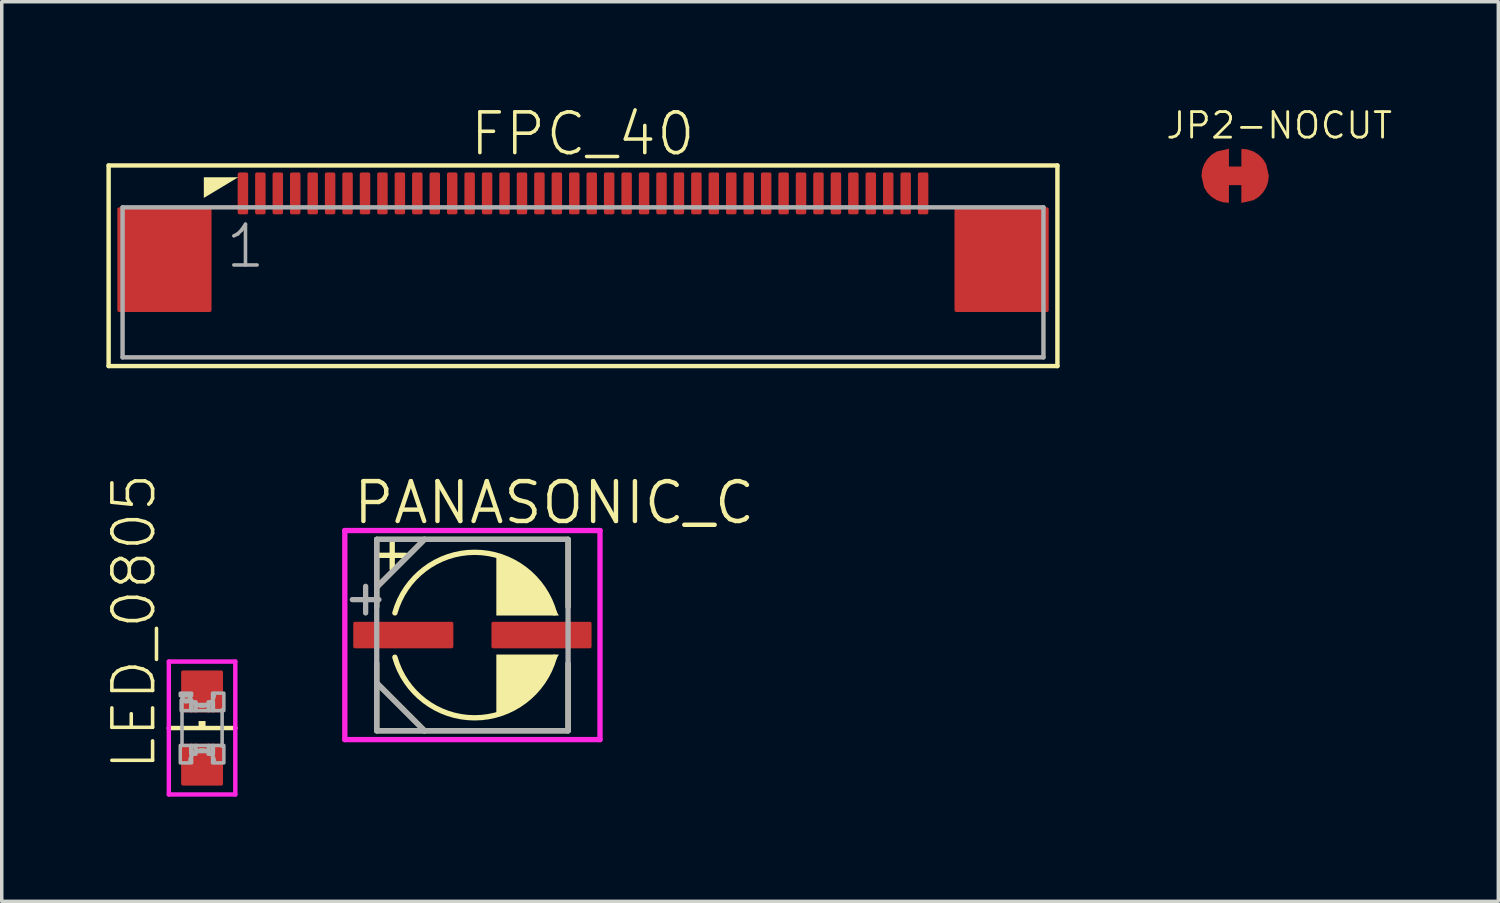
<source format=kicad_pcb>
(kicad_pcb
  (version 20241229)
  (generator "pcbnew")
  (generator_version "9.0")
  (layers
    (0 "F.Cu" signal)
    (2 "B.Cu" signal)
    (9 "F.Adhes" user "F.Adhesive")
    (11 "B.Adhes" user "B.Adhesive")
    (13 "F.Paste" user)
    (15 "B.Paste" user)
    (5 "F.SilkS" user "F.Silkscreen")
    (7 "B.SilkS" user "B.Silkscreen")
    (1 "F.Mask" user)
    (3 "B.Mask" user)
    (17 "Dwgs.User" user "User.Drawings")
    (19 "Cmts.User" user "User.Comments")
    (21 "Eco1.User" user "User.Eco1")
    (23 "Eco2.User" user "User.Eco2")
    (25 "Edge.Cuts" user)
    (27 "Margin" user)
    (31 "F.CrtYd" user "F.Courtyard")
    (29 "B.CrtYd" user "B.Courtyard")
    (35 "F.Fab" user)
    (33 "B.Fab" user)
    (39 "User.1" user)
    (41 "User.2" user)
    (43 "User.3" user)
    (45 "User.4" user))
  (footprint "LED_0805"
    (layer "F.Cu")
    (at 2.743 17.821)
    (property "Reference" "LED_0805" (at -1.27 1.27 90) (layer "F.SilkS") (effects (font (size 1.168 1.168) (thickness 0.102)) (justify left bottom)))
    (fp_line (start -0.953 0) (end 0.953 0) (stroke (width 0.127) (type solid)) (layer "F.SilkS"))
    (fp_poly (pts (xy -0.1 0) (xy 0.1 0) (xy 0.1 -0.2) (xy -0.1 -0.2)) (stroke (width 0) (type solid)) (fill yes) (layer "F.SilkS"))
    (fp_line (start -0.953 -1.905) (end 0.953 -1.905) (stroke (width 0.127) (type solid)) (layer "F.CrtYd"))
    (fp_line (start -0.953 0) (end -0.953 -1.905) (stroke (width 0.127) (type solid)) (layer "F.CrtYd"))
    (fp_line (start -0.953 1.905) (end -0.953 0) (stroke (width 0.127) (type solid)) (layer "F.CrtYd"))
    (fp_line (start 0.953 -1.905) (end 0.953 0) (stroke (width 0.127) (type solid)) (layer "F.CrtYd"))
    (fp_line (start 0.953 0) (end 0.953 1.905) (stroke (width 0.127) (type solid)) (layer "F.CrtYd"))
    (fp_line (start 0.953 1.905) (end -0.953 1.905) (stroke (width 0.127) (type solid)) (layer "F.CrtYd"))
    (fp_line (start -0.575 0.5) (end -0.575 -0.925) (stroke (width 0.102) (type solid)) (layer "F.Fab"))
    (fp_line (start 0.575 -0.525) (end 0.575 0.525) (stroke (width 0.102) (type solid)) (layer "F.Fab"))
    (fp_arc (start -0.35 0.925) (mid -0.000001 0.625027) (end 0.35 0.924998) (stroke (width 0.1016) (type solid)) (layer "F.Fab"))
    (fp_arc (start 0.35 -0.924998) (mid -0.000001 -0.625027) (end -0.35 -0.925) (stroke (width 0.1016) (type solid)) (layer "F.Fab"))
    (fp_circle (center -0.45 -0.85) (end -0.347 -0.85) (stroke (width 0.102) (type solid)) (fill no) (layer "F.Fab"))
    (fp_poly (pts (xy -0.625 -0.925) (xy -0.3 -0.925) (xy -0.3 -1) (xy -0.625 -1)) (stroke (width 0.1) (type solid)) (fill no) (layer "F.Fab"))
    (fp_poly (pts (xy -0.625 1) (xy -0.3 1) (xy -0.3 0.5) (xy -0.625 0.5)) (stroke (width 0.1) (type solid)) (fill no) (layer "F.Fab"))
    (fp_poly (pts (xy -0.6 -0.5) (xy -0.3 -0.5) (xy -0.3 -0.8) (xy -0.6 -0.8)) (stroke (width 0.1) (type solid)) (fill no) (layer "F.Fab"))
    (fp_poly (pts (xy -0.325 -0.5) (xy -0.175 -0.5) (xy -0.175 -0.75) (xy -0.325 -0.75)) (stroke (width 0.1) (type solid)) (fill no) (layer "F.Fab"))
    (fp_poly (pts (xy -0.325 0.75) (xy -0.175 0.75) (xy -0.175 0.5) (xy -0.325 0.5)) (stroke (width 0.1) (type solid)) (fill no) (layer "F.Fab"))
    (fp_poly (pts (xy -0.2 -0.5) (xy 0.2 -0.5) (xy 0.2 -0.675) (xy -0.2 -0.675)) (stroke (width 0.1) (type solid)) (fill no) (layer "F.Fab"))
    (fp_poly (pts (xy -0.2 0.675) (xy 0.2 0.675) (xy 0.2 0.5) (xy -0.2 0.5)) (stroke (width 0.1) (type solid)) (fill no) (layer "F.Fab"))
    (fp_poly (pts (xy 0.175 -0.5) (xy 0.325 -0.5) (xy 0.325 -0.75) (xy 0.175 -0.75)) (stroke (width 0.1) (type solid)) (fill no) (layer "F.Fab"))
    (fp_poly (pts (xy 0.175 0.75) (xy 0.325 0.75) (xy 0.325 0.5) (xy 0.175 0.5)) (stroke (width 0.1) (type solid)) (fill no) (layer "F.Fab"))
    (fp_poly (pts (xy 0.3 -0.5) (xy 0.625 -0.5) (xy 0.625 -1) (xy 0.3 -1)) (stroke (width 0.1) (type solid)) (fill no) (layer "F.Fab"))
    (fp_poly (pts (xy 0.3 1) (xy 0.625 1) (xy 0.625 0.5) (xy 0.3 0.5)) (stroke (width 0.1) (type solid)) (fill no) (layer "F.Fab"))
    (pad "A" smd roundrect (at 0 1.05) (size 1.2 1.2) (layers "F.Cu" "F.Mask" "F.Paste") (roundrect_rratio 0.042))
    (pad "C" smd roundrect (at 0 -1.05) (size 1.2 1.2) (layers "F.Cu" "F.Mask" "F.Paste") (roundrect_rratio 0.042)))
  (footprint "JP2-NOCUT"
    (layer "F.Cu")
    (at 32.359 1.991)
    (property "Reference" "JP2-NOCUT" (at -2.032 -1.016 0) (layer "F.SilkS") (effects (font (size 0.732 0.732) (thickness 0.081)) (justify left bottom)))
    (fp_poly (pts (xy 0.363 -0.755) (xy 0.527 -0.698) (xy 0.674 -0.606) (xy 0.796 -0.483) (xy 0.889 -0.336) (xy 0.965 -0.003) (xy 0.953 -0.000001) (xy 0.965 0.001) (xy 0.946 0.172) (xy 0.889 0.336) (xy 0.796 0.483) (xy 0.674 0.606) (xy 0.526 0.698) (xy 0.178 0.778) (xy 0.178 -0.762) (xy 0.19 -0.762) (xy 0.192 -0.775)) (stroke (width 0) (type solid)) (fill yes) (layer "F.Cu"))
    (fp_poly (pts (xy -0.178 -0.267) (xy 0.33 -0.267) (xy 0.33 0.267) (xy -0.178 0.267) (xy -0.178 0.762) (xy -0.19 0.762) (xy -0.192 0.775) (xy -0.363 0.755) (xy -0.527 0.698) (xy -0.674 0.606) (xy -0.796 0.483) (xy -0.889 0.336) (xy -0.965 0.003) (xy -0.953 0.000001) (xy -0.965 -0.001) (xy -0.946 -0.172) (xy -0.889 -0.336) (xy -0.796 -0.483) (xy -0.674 -0.606) (xy -0.526 -0.698) (xy -0.178 -0.778)) (stroke (width 0) (type solid)) (fill yes) (layer "F.Cu"))
    (fp_poly (pts (xy 0.581 -0.813) (xy 0.753 -0.705) (xy 0.896 -0.562) (xy 1.003 -0.391) (xy 1.07 -0.201) (xy 1.092 -0.001) (xy 1.08 0.000001) (xy 1.092 0.003) (xy 1.003 0.391) (xy 0.896 0.562) (xy 0.753 0.705) (xy 0.582 0.812) (xy 0.391 0.879) (xy 0.203 0.9) (xy 0.203 0.902) (xy -0.013 0.902) (xy -0.013 -0.902) (xy 0.192 -0.902)) (stroke (width 0) (type solid)) (fill yes) (layer "F.Mask"))
    (fp_poly (pts (xy 0.013 0.902) (xy -0.192 0.902) (xy -0.581 0.813) (xy -0.753 0.705) (xy -0.896 0.562) (xy -1.003 0.391) (xy -1.07 0.201) (xy -1.092 0.001) (xy -1.08 -0.000001) (xy -1.092 -0.003) (xy -1.003 -0.391) (xy -0.896 -0.562) (xy -0.753 -0.705) (xy -0.582 -0.812) (xy -0.391 -0.879) (xy -0.192 -0.902) (xy -0.19 -0.889) (xy -0.19 -0.876) (xy -0.178 -0.876) (xy -0.178 -0.902) (xy 0.013 -0.902)) (stroke (width 0) (type solid)) (fill yes) (layer "F.Mask"))
    (pad "1" smd roundrect (at -0.445 0) (size 0.889 0.254) (layers "F.Cu") (roundrect_rratio 0.2))
    (pad "2" smd roundrect (at 0.635 0) (size 0.508 0.254) (layers "F.Cu") (roundrect_rratio 0.2)))
  (footprint "PANASONIC_C"
    (layer "F.Cu")
    (at 10.493 15.156)
    (property "Reference" "PANASONIC_C" (at -3.48 -3.124 0) (layer "F.SilkS") (effects (font (size 1.143 1.143) (thickness 0.127)) (justify left bottom)))
    (fp_line (start -2.743 -1.372) (end -1.372 -2.743) (stroke (width 0.152) (type solid)) (layer "F.SilkS"))
    (fp_line (start -2.743 -0.813) (end -2.743 -2.743) (stroke (width 0.152) (type solid)) (layer "F.SilkS"))
    (fp_line (start -2.743 1.372) (end -2.743 0.813) (stroke (width 0.152) (type solid)) (layer "F.SilkS"))
    (fp_line (start -2.743 2.743) (end -2.743 1.372) (stroke (width 0.152) (type solid)) (layer "F.SilkS"))
    (fp_line (start -2.743 2.743) (end -1.372 2.743) (stroke (width 0.152) (type solid)) (layer "F.SilkS"))
    (fp_line (start -2.299 -2.667) (end -2.299 -1.905) (stroke (width 0.152) (type solid)) (layer "F.SilkS"))
    (fp_line (start -1.918 -2.286) (end -2.68 -2.286) (stroke (width 0.152) (type solid)) (layer "F.SilkS"))
    (fp_line (start -1.372 2.743) (end -2.743 1.372) (stroke (width 0.152) (type solid)) (layer "F.SilkS"))
    (fp_line (start -1.372 2.743) (end 2.743 2.743) (stroke (width 0.152) (type solid)) (layer "F.SilkS"))
    (fp_line (start 2.743 -2.743) (end -2.743 -2.743) (stroke (width 0.152) (type solid)) (layer "F.SilkS"))
    (fp_line (start 2.743 -0.813) (end 2.743 -2.743) (stroke (width 0.152) (type solid)) (layer "F.SilkS"))
    (fp_line (start 2.743 2.743) (end 2.743 0.813) (stroke (width 0.152) (type solid)) (layer "F.SilkS"))
    (fp_arc (start -2.2225 -0.635) (mid 0.0635 -2.372556) (end 2.3495 -0.635) (stroke (width 0.1524) (type solid)) (layer "F.SilkS"))
    (fp_arc (start 2.3495 0.635) (mid 0.0635 2.372556) (end -2.2225 0.635) (stroke (width 0.1524) (type solid)) (layer "F.SilkS"))
    (fp_poly (pts (xy 1.507 -1.903) (xy 2.03 -1.38) (xy 2.478 -0.559) (xy 0.686 -0.559) (xy 0.686 -2.351)) (stroke (width 0) (type solid)) (fill yes) (layer "F.SilkS"))
    (fp_poly (pts (xy 2.03 1.38) (xy 1.507 1.903) (xy 0.686 2.351) (xy 0.686 0.559) (xy 2.478 0.559)) (stroke (width 0) (type solid)) (fill yes) (layer "F.SilkS"))
    (fp_line (start -3.658 -2.997) (end 3.658 -2.997) (stroke (width 0.152) (type solid)) (layer "F.CrtYd"))
    (fp_line (start -3.658 2.997) (end -3.658 -2.997) (stroke (width 0.152) (type solid)) (layer "F.CrtYd"))
    (fp_line (start 3.658 -2.997) (end 3.658 2.997) (stroke (width 0.152) (type solid)) (layer "F.CrtYd"))
    (fp_line (start 3.658 2.997) (end -3.658 2.997) (stroke (width 0.152) (type solid)) (layer "F.CrtYd"))
    (fp_line (start -3.061 -1.397) (end -3.061 -0.635) (stroke (width 0.152) (type solid)) (layer "F.Fab"))
    (fp_line (start -2.743 -2.743) (end -2.743 -1.372) (stroke (width 0.152) (type solid)) (layer "F.Fab"))
    (fp_line (start -2.743 -1.372) (end -2.743 1.372) (stroke (width 0.152) (type solid)) (layer "F.Fab"))
    (fp_line (start -2.743 -1.372) (end -1.372 -2.743) (stroke (width 0.152) (type solid)) (layer "F.Fab"))
    (fp_line (start -2.743 1.372) (end -2.743 2.743) (stroke (width 0.152) (type solid)) (layer "F.Fab"))
    (fp_line (start -2.743 1.372) (end -1.372 2.743) (stroke (width 0.152) (type solid)) (layer "F.Fab"))
    (fp_line (start -2.743 2.743) (end -1.372 2.743) (stroke (width 0.152) (type solid)) (layer "F.Fab"))
    (fp_line (start -2.68 -1.016) (end -3.442 -1.016) (stroke (width 0.152) (type solid)) (layer "F.Fab"))
    (fp_line (start -1.372 -2.743) (end -2.743 -2.743) (stroke (width 0.152) (type solid)) (layer "F.Fab"))
    (fp_line (start -1.372 2.743) (end 2.743 2.743) (stroke (width 0.152) (type solid)) (layer "F.Fab"))
    (fp_line (start 2.743 -2.743) (end -1.372 -2.743) (stroke (width 0.152) (type solid)) (layer "F.Fab"))
    (fp_line (start 2.743 2.743) (end 2.743 -2.743) (stroke (width 0.152) (type solid)) (layer "F.Fab"))
    (pad "1" smd roundrect (at -1.981 0) (size 2.87 0.762) (layers "F.Cu" "F.Mask" "F.Paste") (roundrect_rratio 0.067))
    (pad "2" smd roundrect (at 1.981 0) (size 2.87 0.762) (layers "F.Cu" "F.Mask" "F.Paste") (roundrect_rratio 0.067)))
  (footprint "FPC_40"
    (layer "F.Cu")
    (at 13.664 4.394)
    (property "Reference" "FPC_40" (at -3.302 -2.921 0) (layer "F.SilkS") (effects (font (size 1.168 1.168) (thickness 0.102)) (justify left bottom)))
    (fp_line (start -13.6 -2.7) (end 13.6 -2.7) (stroke (width 0.127) (type solid)) (layer "F.SilkS"))
    (fp_line (start -13.6 3.05) (end -13.6 -2.7) (stroke (width 0.127) (type solid)) (layer "F.SilkS"))
    (fp_line (start -13.6 3.05) (end 13.6 3.05) (stroke (width 0.127) (type solid)) (layer "F.SilkS"))
    (fp_line (start 13.6 3.05) (end 13.6 -2.7) (stroke (width 0.127) (type solid)) (layer "F.SilkS"))
    (fp_poly (pts (xy -10.871 -1.77) (xy -10.871 -2.362) (xy -9.885 -2.362)) (stroke (width 0) (type solid)) (fill yes) (layer "F.SilkS"))
    (fp_line (start -13.2 -1.5) (end 13.2 -1.5) (stroke (width 0.127) (type solid)) (layer "F.Fab"))
    (fp_line (start -13.2 2.8) (end -13.2 -1.5) (stroke (width 0.127) (type solid)) (layer "F.Fab"))
    (fp_line (start -13.2 2.8) (end 13.2 2.8) (stroke (width 0.127) (type solid)) (layer "F.Fab"))
    (fp_line (start 13.2 -1.5) (end 13.2 2.8) (stroke (width 0.127) (type solid)) (layer "F.Fab"))
    (fp_text user "1" (at -10.3 0.3 0) (layer "F.Fab") (effects (font (size 1.168 1.168) (thickness 0.102)) (justify left bottom)))
    (pad "1" smd roundrect (at -9.75 -1.9) (size 0.3 1.2) (layers "F.Cu" "F.Mask" "F.Paste") (roundrect_rratio 0.169))
    (pad "2" smd roundrect (at -9.25 -1.9) (size 0.3 1.2) (layers "F.Cu" "F.Mask" "F.Paste") (roundrect_rratio 0.169))
    (pad "3" smd roundrect (at -8.75 -1.9) (size 0.3 1.2) (layers "F.Cu" "F.Mask" "F.Paste") (roundrect_rratio 0.169))
    (pad "4" smd roundrect (at -8.25 -1.9) (size 0.3 1.2) (layers "F.Cu" "F.Mask" "F.Paste") (roundrect_rratio 0.169))
    (pad "5" smd roundrect (at -7.75 -1.9) (size 0.3 1.2) (layers "F.Cu" "F.Mask" "F.Paste") (roundrect_rratio 0.169))
    (pad "6" smd roundrect (at -7.25 -1.9) (size 0.3 1.2) (layers "F.Cu" "F.Mask" "F.Paste") (roundrect_rratio 0.169))
    (pad "7" smd roundrect (at -6.75 -1.9) (size 0.3 1.2) (layers "F.Cu" "F.Mask" "F.Paste") (roundrect_rratio 0.169))
    (pad "8" smd roundrect (at -6.25 -1.9) (size 0.3 1.2) (layers "F.Cu" "F.Mask" "F.Paste") (roundrect_rratio 0.169))
    (pad "9" smd roundrect (at -5.75 -1.9) (size 0.3 1.2) (layers "F.Cu" "F.Mask" "F.Paste") (roundrect_rratio 0.169))
    (pad "10" smd roundrect (at -5.25 -1.9) (size 0.3 1.2) (layers "F.Cu" "F.Mask" "F.Paste") (roundrect_rratio 0.169))
    (pad "11" smd roundrect (at -4.75 -1.9) (size 0.3 1.2) (layers "F.Cu" "F.Mask" "F.Paste") (roundrect_rratio 0.169))
    (pad "12" smd roundrect (at -4.25 -1.9) (size 0.3 1.2) (layers "F.Cu" "F.Mask" "F.Paste") (roundrect_rratio 0.169))
    (pad "13" smd roundrect (at -3.75 -1.9) (size 0.3 1.2) (layers "F.Cu" "F.Mask" "F.Paste") (roundrect_rratio 0.169))
    (pad "14" smd roundrect (at -3.25 -1.9) (size 0.3 1.2) (layers "F.Cu" "F.Mask" "F.Paste") (roundrect_rratio 0.169))
    (pad "15" smd roundrect (at -2.75 -1.9) (size 0.3 1.2) (layers "F.Cu" "F.Mask" "F.Paste") (roundrect_rratio 0.169))
    (pad "16" smd roundrect (at -2.25 -1.9) (size 0.3 1.2) (layers "F.Cu" "F.Mask" "F.Paste") (roundrect_rratio 0.169))
    (pad "17" smd roundrect (at -1.75 -1.9) (size 0.3 1.2) (layers "F.Cu" "F.Mask" "F.Paste") (roundrect_rratio 0.169))
    (pad "18" smd roundrect (at -1.25 -1.9) (size 0.3 1.2) (layers "F.Cu" "F.Mask" "F.Paste") (roundrect_rratio 0.169))
    (pad "19" smd roundrect (at -0.75 -1.9) (size 0.3 1.2) (layers "F.Cu" "F.Mask" "F.Paste") (roundrect_rratio 0.169))
    (pad "20" smd roundrect (at -0.25 -1.9) (size 0.3 1.2) (layers "F.Cu" "F.Mask" "F.Paste") (roundrect_rratio 0.169))
    (pad "21" smd roundrect (at 0.25 -1.9) (size 0.3 1.2) (layers "F.Cu" "F.Mask" "F.Paste") (roundrect_rratio 0.169))
    (pad "22" smd roundrect (at 0.75 -1.9) (size 0.3 1.2) (layers "F.Cu" "F.Mask" "F.Paste") (roundrect_rratio 0.169))
    (pad "23" smd roundrect (at 1.25 -1.9) (size 0.3 1.2) (layers "F.Cu" "F.Mask" "F.Paste") (roundrect_rratio 0.169))
    (pad "24" smd roundrect (at 1.75 -1.9) (size 0.3 1.2) (layers "F.Cu" "F.Mask" "F.Paste") (roundrect_rratio 0.169))
    (pad "25" smd roundrect (at 2.25 -1.9) (size 0.3 1.2) (layers "F.Cu" "F.Mask" "F.Paste") (roundrect_rratio 0.169))
    (pad "26" smd roundrect (at 2.75 -1.9) (size 0.3 1.2) (layers "F.Cu" "F.Mask" "F.Paste") (roundrect_rratio 0.169))
    (pad "27" smd roundrect (at 3.25 -1.9) (size 0.3 1.2) (layers "F.Cu" "F.Mask" "F.Paste") (roundrect_rratio 0.169))
    (pad "28" smd roundrect (at 3.75 -1.9) (size 0.3 1.2) (layers "F.Cu" "F.Mask" "F.Paste") (roundrect_rratio 0.169))
    (pad "29" smd roundrect (at 4.25 -1.9) (size 0.3 1.2) (layers "F.Cu" "F.Mask" "F.Paste") (roundrect_rratio 0.169))
    (pad "30" smd roundrect (at 4.75 -1.9) (size 0.3 1.2) (layers "F.Cu" "F.Mask" "F.Paste") (roundrect_rratio 0.169))
    (pad "31" smd roundrect (at 5.25 -1.9) (size 0.3 1.2) (layers "F.Cu" "F.Mask" "F.Paste") (roundrect_rratio 0.169))
    (pad "32" smd roundrect (at 5.75 -1.9) (size 0.3 1.2) (layers "F.Cu" "F.Mask" "F.Paste") (roundrect_rratio 0.169))
    (pad "33" smd roundrect (at 6.25 -1.9) (size 0.3 1.2) (layers "F.Cu" "F.Mask" "F.Paste") (roundrect_rratio 0.169))
    (pad "34" smd roundrect (at 6.75 -1.9) (size 0.3 1.2) (layers "F.Cu" "F.Mask" "F.Paste") (roundrect_rratio 0.169))
    (pad "35" smd roundrect (at 7.25 -1.9) (size 0.3 1.2) (layers "F.Cu" "F.Mask" "F.Paste") (roundrect_rratio 0.169))
    (pad "36" smd roundrect (at 7.75 -1.9) (size 0.3 1.2) (layers "F.Cu" "F.Mask" "F.Paste") (roundrect_rratio 0.169))
    (pad "37" smd roundrect (at 8.25 -1.9) (size 0.3 1.2) (layers "F.Cu" "F.Mask" "F.Paste") (roundrect_rratio 0.169))
    (pad "38" smd roundrect (at 8.75 -1.9) (size 0.3 1.2) (layers "F.Cu" "F.Mask" "F.Paste") (roundrect_rratio 0.169))
    (pad "39" smd roundrect (at 9.25 -1.9) (size 0.3 1.2) (layers "F.Cu" "F.Mask" "F.Paste") (roundrect_rratio 0.169))
    (pad "40" smd roundrect (at 9.75 -1.9) (size 0.3 1.2) (layers "F.Cu" "F.Mask" "F.Paste") (roundrect_rratio 0.169))
    (pad "Z1" smd roundrect (at -12 0) (size 2.7 3) (layers "F.Cu" "F.Mask" "F.Paste") (roundrect_rratio 0.019))
    (pad "Z2" smd roundrect (at 12 0) (size 2.7 3) (layers "F.Cu" "F.Mask" "F.Paste") (roundrect_rratio 0.019)))
  (gr_rect
    (start -3 -3)
    (end 39.904 22.79)
    (stroke (width 0.1) (type default))
    (fill no)
    (layer "Edge.Cuts")))
</source>
